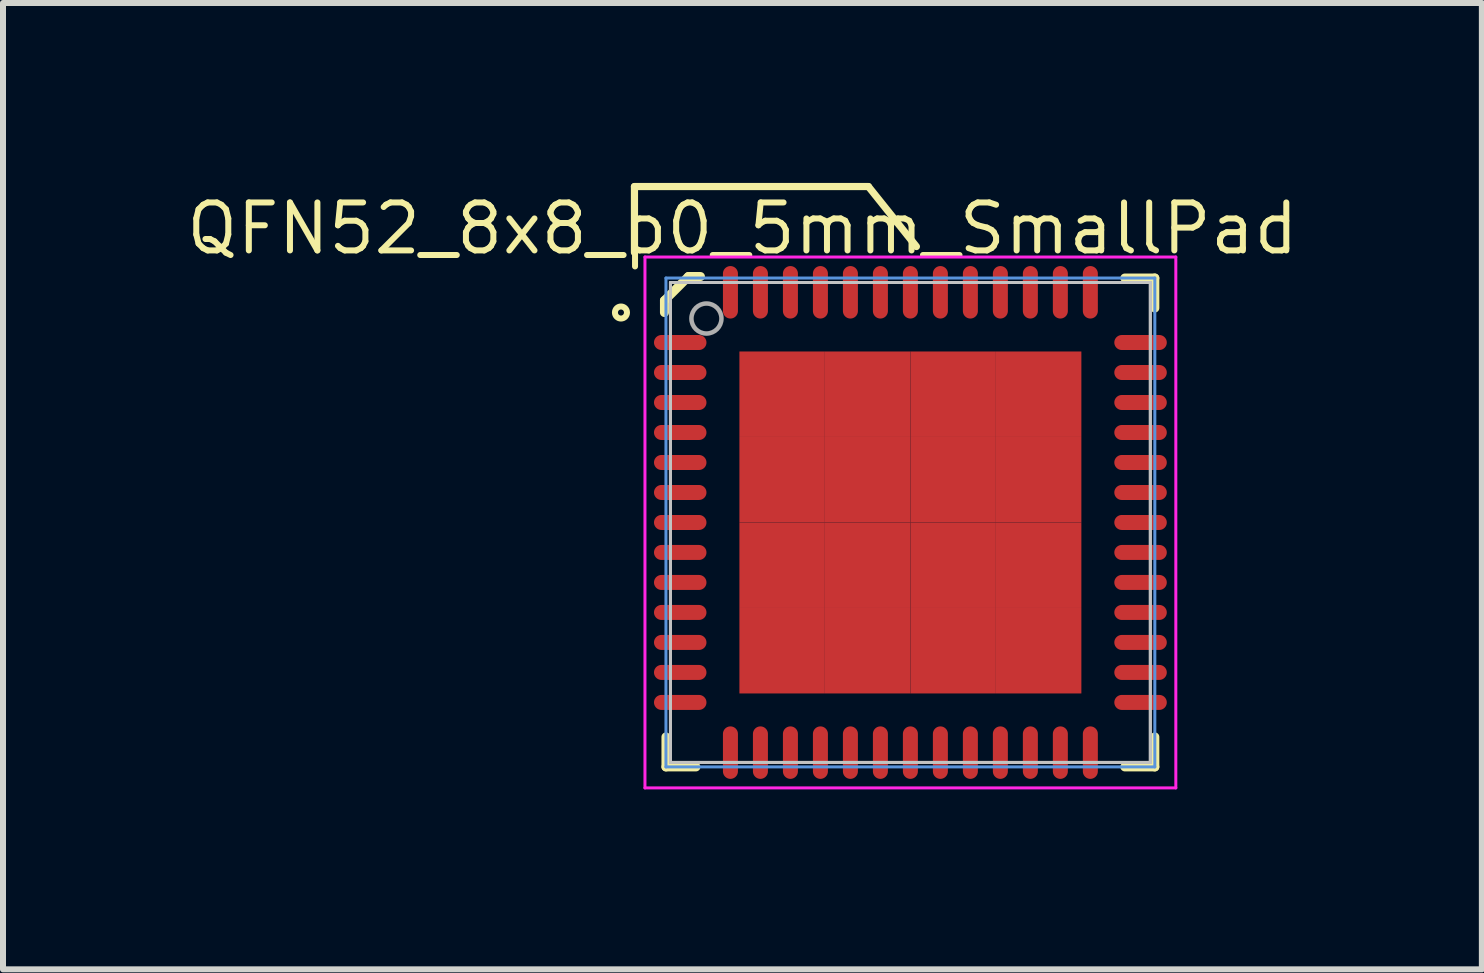
<source format=kicad_pcb>
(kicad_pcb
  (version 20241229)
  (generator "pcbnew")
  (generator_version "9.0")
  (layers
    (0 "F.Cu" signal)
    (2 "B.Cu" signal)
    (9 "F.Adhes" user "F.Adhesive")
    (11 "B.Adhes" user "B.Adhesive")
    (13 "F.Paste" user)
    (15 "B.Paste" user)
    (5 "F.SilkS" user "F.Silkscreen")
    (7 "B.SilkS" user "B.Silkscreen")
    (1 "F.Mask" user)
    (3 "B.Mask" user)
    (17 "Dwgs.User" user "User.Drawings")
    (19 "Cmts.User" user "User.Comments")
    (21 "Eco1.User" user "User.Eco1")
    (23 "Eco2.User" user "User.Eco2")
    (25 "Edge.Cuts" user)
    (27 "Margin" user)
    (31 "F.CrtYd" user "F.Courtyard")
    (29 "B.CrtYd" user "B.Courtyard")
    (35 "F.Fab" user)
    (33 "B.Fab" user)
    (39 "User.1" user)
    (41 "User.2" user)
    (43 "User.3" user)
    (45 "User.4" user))
  (footprint "QFN52_8x8_p0_5mm_SmallPad"
    (layer "F.Cu")
    (at 12.127 5.66)
    (property "Reference" "QFN52_8x8_p0_5mm_SmallPad" (at -2.8 -4.9 0) (layer "F.SilkS") (effects (font (size 0.8 0.8) (thickness 0.1))))
    (attr through_hole)
    (fp_line (start -4.6 -5.6) (end -4.6 -4.5) (stroke (width 0.12) (type solid)) (layer "F.SilkS"))
    (fp_line (start -4.6 -5.6) (end -0.7 -5.6) (stroke (width 0.12) (type solid)) (layer "F.SilkS"))
    (fp_line (start -4.1 -3.7) (end -4.1 -3.5) (stroke (width 0.15) (type solid)) (layer "F.SilkS"))
    (fp_line (start -4.1 -3.7) (end -3.7 -4.1) (stroke (width 0.15) (type solid)) (layer "F.SilkS"))
    (fp_line (start -4.075 4.075) (end -4.075 3.575) (stroke (width 0.15) (type solid)) (layer "F.SilkS"))
    (fp_line (start -4.075 4.075) (end -3.575 4.075) (stroke (width 0.15) (type solid)) (layer "F.SilkS"))
    (fp_line (start -3.5 -4.1) (end -3.7 -4.1) (stroke (width 0.15) (type solid)) (layer "F.SilkS"))
    (fp_line (start -0.7 -5.6) (end 0.1 -4.6) (stroke (width 0.12) (type solid)) (layer "F.SilkS"))
    (fp_line (start 4.075 -4.075) (end 3.575 -4.075) (stroke (width 0.15) (type solid)) (layer "F.SilkS"))
    (fp_line (start 4.075 -4.075) (end 4.075 -3.575) (stroke (width 0.15) (type solid)) (layer "F.SilkS"))
    (fp_line (start 4.075 4.075) (end 3.575 4.075) (stroke (width 0.15) (type solid)) (layer "F.SilkS"))
    (fp_line (start 4.075 4.075) (end 4.075 3.575) (stroke (width 0.15) (type solid)) (layer "F.SilkS"))
    (fp_circle (center -4.825 -3.5) (end -4.754 -3.429) (stroke (width 0.1) (type solid)) (fill no) (layer "F.SilkS"))
    (fp_line (start -4 -4) (end -4 4) (stroke (width 0.05) (type solid)) (layer "Dwgs.User"))
    (fp_line (start -4 -4) (end 4 -4) (stroke (width 0.05) (type solid)) (layer "Dwgs.User"))
    (fp_line (start -4 4) (end 4 4) (stroke (width 0.05) (type solid)) (layer "Dwgs.User"))
    (fp_line (start 4 -4) (end 4 4) (stroke (width 0.05) (type solid)) (layer "Dwgs.User"))
    (fp_line (start -4.075 -4.075) (end -4.075 4.075) (stroke (width 0.05) (type solid)) (layer "Cmts.User"))
    (fp_line (start -4.075 -4.075) (end 4.075 -4.075) (stroke (width 0.05) (type solid)) (layer "Cmts.User"))
    (fp_line (start -4.075 4.075) (end 4.075 4.075) (stroke (width 0.05) (type solid)) (layer "Cmts.User"))
    (fp_line (start 4.075 -4.075) (end 4.075 4.075) (stroke (width 0.05) (type solid)) (layer "Cmts.User"))
    (fp_line (start -3.925 -3.925) (end -3.925 3.925) (stroke (width 0.05) (type solid)) (layer "Eco1.User"))
    (fp_line (start -3.925 -3.925) (end 3.925 -3.925) (stroke (width 0.05) (type solid)) (layer "Eco1.User"))
    (fp_line (start -3.925 3.925) (end 3.925 3.925) (stroke (width 0.05) (type solid)) (layer "Eco1.User"))
    (fp_line (start 3.925 -3.925) (end 3.925 3.925) (stroke (width 0.05) (type solid)) (layer "Eco1.User"))
    (fp_line (start -4.425 -4.425) (end -4.425 4.425) (stroke (width 0.05) (type solid)) (layer "F.CrtYd"))
    (fp_line (start -4.425 -4.425) (end 4.425 -4.425) (stroke (width 0.05) (type solid)) (layer "F.CrtYd"))
    (fp_line (start -4.425 4.425) (end 4.425 4.425) (stroke (width 0.05) (type solid)) (layer "F.CrtYd"))
    (fp_line (start 4.425 -4.425) (end 4.425 4.425) (stroke (width 0.05) (type solid)) (layer "F.CrtYd"))
    (fp_line (start -4 -4) (end -4 4) (stroke (width 0.05) (type solid)) (layer "F.Fab"))
    (fp_line (start -4 -4) (end 4 -4) (stroke (width 0.05) (type solid)) (layer "F.Fab"))
    (fp_line (start -4 4) (end 4 4) (stroke (width 0.05) (type solid)) (layer "F.Fab"))
    (fp_line (start 4 -4) (end 4 4) (stroke (width 0.05) (type solid)) (layer "F.Fab"))
    (fp_circle (center -3.4 -3.4) (end -3.223 -3.223) (stroke (width 0.075) (type solid)) (fill no) (layer "F.Fab"))
    (pad "1" smd oval (at -3.837 -3 180) (size 0.875 0.25) (layers "F.Cu" "F.Mask" "F.Paste"))
    (pad "2" smd oval (at -3.837 -2.5 180) (size 0.875 0.25) (layers "F.Cu" "F.Mask" "F.Paste"))
    (pad "3" smd oval (at -3.837 -2 180) (size 0.875 0.25) (layers "F.Cu" "F.Mask" "F.Paste"))
    (pad "4" smd oval (at -3.837 -1.5 180) (size 0.875 0.25) (layers "F.Cu" "F.Mask" "F.Paste"))
    (pad "5" smd oval (at -3.837 -1 180) (size 0.875 0.25) (layers "F.Cu" "F.Mask" "F.Paste"))
    (pad "6" smd oval (at -3.837 -0.5 180) (size 0.875 0.25) (layers "F.Cu" "F.Mask" "F.Paste"))
    (pad "7" smd oval (at -3.837 0 180) (size 0.875 0.25) (layers "F.Cu" "F.Mask" "F.Paste"))
    (pad "8" smd oval (at -3.837 0.5 180) (size 0.875 0.25) (layers "F.Cu" "F.Mask" "F.Paste"))
    (pad "9" smd oval (at -3.837 1 180) (size 0.875 0.25) (layers "F.Cu" "F.Mask" "F.Paste"))
    (pad "10" smd oval (at -3.837 1.5 180) (size 0.875 0.25) (layers "F.Cu" "F.Mask" "F.Paste"))
    (pad "11" smd oval (at -3.837 2 180) (size 0.875 0.25) (layers "F.Cu" "F.Mask" "F.Paste"))
    (pad "12" smd oval (at -3.837 2.5 180) (size 0.875 0.25) (layers "F.Cu" "F.Mask" "F.Paste"))
    (pad "13" smd oval (at -3.837 3 180) (size 0.875 0.25) (layers "F.Cu" "F.Mask" "F.Paste"))
    (pad "14" smd oval (at -3 3.837 270) (size 0.875 0.25) (layers "F.Cu" "F.Mask" "F.Paste"))
    (pad "15" smd oval (at -2.5 3.837 270) (size 0.875 0.25) (layers "F.Cu" "F.Mask" "F.Paste"))
    (pad "16" smd oval (at -2 3.837 270) (size 0.875 0.25) (layers "F.Cu" "F.Mask" "F.Paste"))
    (pad "17" smd oval (at -1.5 3.837 270) (size 0.875 0.25) (layers "F.Cu" "F.Mask" "F.Paste"))
    (pad "18" smd oval (at -1 3.837 270) (size 0.875 0.25) (layers "F.Cu" "F.Mask" "F.Paste"))
    (pad "19" smd oval (at -0.5 3.837 270) (size 0.875 0.25) (layers "F.Cu" "F.Mask" "F.Paste"))
    (pad "20" smd oval (at 0 3.837 270) (size 0.875 0.25) (layers "F.Cu" "F.Mask" "F.Paste"))
    (pad "21" smd oval (at 0.5 3.837 270) (size 0.875 0.25) (layers "F.Cu" "F.Mask" "F.Paste"))
    (pad "22" smd oval (at 1 3.837 270) (size 0.875 0.25) (layers "F.Cu" "F.Mask" "F.Paste"))
    (pad "23" smd oval (at 1.5 3.837 270) (size 0.875 0.25) (layers "F.Cu" "F.Mask" "F.Paste"))
    (pad "24" smd oval (at 2 3.837 270) (size 0.875 0.25) (layers "F.Cu" "F.Mask" "F.Paste"))
    (pad "25" smd oval (at 2.5 3.837 270) (size 0.875 0.25) (layers "F.Cu" "F.Mask" "F.Paste"))
    (pad "26" smd oval (at 3 3.837 270) (size 0.875 0.25) (layers "F.Cu" "F.Mask" "F.Paste"))
    (pad "27" smd oval (at 3.837 3) (size 0.875 0.25) (layers "F.Cu" "F.Mask" "F.Paste"))
    (pad "28" smd oval (at 3.837 2.5) (size 0.875 0.25) (layers "F.Cu" "F.Mask" "F.Paste"))
    (pad "29" smd oval (at 3.837 2) (size 0.875 0.25) (layers "F.Cu" "F.Mask" "F.Paste"))
    (pad "30" smd oval (at 3.837 1.5) (size 0.875 0.25) (layers "F.Cu" "F.Mask" "F.Paste"))
    (pad "31" smd oval (at 3.837 1) (size 0.875 0.25) (layers "F.Cu" "F.Mask" "F.Paste"))
    (pad "32" smd oval (at 3.837 0.5) (size 0.875 0.25) (layers "F.Cu" "F.Mask" "F.Paste"))
    (pad "33" smd oval (at 3.837 0) (size 0.875 0.25) (layers "F.Cu" "F.Mask" "F.Paste"))
    (pad "34" smd oval (at 3.837 -0.5) (size 0.875 0.25) (layers "F.Cu" "F.Mask" "F.Paste"))
    (pad "35" smd oval (at 3.837 -1) (size 0.875 0.25) (layers "F.Cu" "F.Mask" "F.Paste"))
    (pad "36" smd oval (at 3.837 -1.5) (size 0.875 0.25) (layers "F.Cu" "F.Mask" "F.Paste"))
    (pad "37" smd oval (at 3.837 -2) (size 0.875 0.25) (layers "F.Cu" "F.Mask" "F.Paste"))
    (pad "38" smd oval (at 3.837 -2.5) (size 0.875 0.25) (layers "F.Cu" "F.Mask" "F.Paste"))
    (pad "39" smd oval (at 3.837 -3) (size 0.875 0.25) (layers "F.Cu" "F.Mask" "F.Paste"))
    (pad "40" smd oval (at 3 -3.837 90) (size 0.875 0.25) (layers "F.Cu" "F.Mask" "F.Paste"))
    (pad "41" smd oval (at 2.5 -3.837 90) (size 0.875 0.25) (layers "F.Cu" "F.Mask" "F.Paste"))
    (pad "42" smd oval (at 2 -3.837 90) (size 0.875 0.25) (layers "F.Cu" "F.Mask" "F.Paste"))
    (pad "43" smd oval (at 1.5 -3.837 90) (size 0.875 0.25) (layers "F.Cu" "F.Mask" "F.Paste"))
    (pad "44" smd oval (at 1 -3.837 90) (size 0.875 0.25) (layers "F.Cu" "F.Mask" "F.Paste"))
    (pad "45" smd oval (at 0.5 -3.837 90) (size 0.875 0.25) (layers "F.Cu" "F.Mask" "F.Paste"))
    (pad "46" smd oval (at 0 -3.837 90) (size 0.875 0.25) (layers "F.Cu" "F.Mask" "F.Paste"))
    (pad "47" smd oval (at -0.5 -3.837 90) (size 0.875 0.25) (layers "F.Cu" "F.Mask" "F.Paste"))
    (pad "48" smd oval (at -1 -3.837 90) (size 0.875 0.25) (layers "F.Cu" "F.Mask" "F.Paste"))
    (pad "49" smd oval (at -1.5 -3.837 90) (size 0.875 0.25) (layers "F.Cu" "F.Mask" "F.Paste"))
    (pad "50" smd oval (at -2 -3.837 90) (size 0.875 0.25) (layers "F.Cu" "F.Mask" "F.Paste"))
    (pad "51" smd oval (at -2.5 -3.837 90) (size 0.875 0.25) (layers "F.Cu" "F.Mask" "F.Paste"))
    (pad "52" smd oval (at -3 -3.837 90) (size 0.875 0.25) (layers "F.Cu" "F.Mask" "F.Paste"))
    (pad "53" smd rect (at -2.138 -2.138) (size 1.425 1.425) (layers "F.Cu" "F.Mask" "F.Paste"))
    (pad "53" smd rect (at -2.138 -0.713) (size 1.425 1.425) (layers "F.Cu" "F.Mask" "F.Paste"))
    (pad "53" smd rect (at -2.138 0.713) (size 1.425 1.425) (layers "F.Cu" "F.Mask" "F.Paste"))
    (pad "53" smd rect (at -2.138 2.138) (size 1.425 1.425) (layers "F.Cu" "F.Mask" "F.Paste"))
    (pad "53" smd rect (at -0.713 -2.138) (size 1.425 1.425) (layers "F.Cu" "F.Mask" "F.Paste"))
    (pad "53" smd rect (at -0.713 -0.713) (size 1.425 1.425) (layers "F.Cu" "F.Mask" "F.Paste"))
    (pad "53" smd rect (at -0.713 0.713) (size 1.425 1.425) (layers "F.Cu" "F.Mask" "F.Paste"))
    (pad "53" smd rect (at -0.713 2.138) (size 1.425 1.425) (layers "F.Cu" "F.Mask" "F.Paste"))
    (pad "53" smd rect (at 0.713 -2.138) (size 1.425 1.425) (layers "F.Cu" "F.Mask" "F.Paste"))
    (pad "53" smd rect (at 0.713 -0.713) (size 1.425 1.425) (layers "F.Cu" "F.Mask" "F.Paste"))
    (pad "53" smd rect (at 0.713 0.713) (size 1.425 1.425) (layers "F.Cu" "F.Mask" "F.Paste"))
    (pad "53" smd rect (at 0.713 2.138) (size 1.425 1.425) (layers "F.Cu" "F.Mask" "F.Paste"))
    (pad "53" smd rect (at 2.138 -2.138) (size 1.425 1.425) (layers "F.Cu" "F.Mask" "F.Paste"))
    (pad "53" smd rect (at 2.138 -0.713) (size 1.425 1.425) (layers "F.Cu" "F.Mask" "F.Paste"))
    (pad "53" smd rect (at 2.138 0.713) (size 1.425 1.425) (layers "F.Cu" "F.Mask" "F.Paste"))
    (pad "53" smd rect (at 2.138 2.138) (size 1.425 1.425) (layers "F.Cu" "F.Mask" "F.Paste")))
  (gr_rect
    (start -3 -3)
    (end 21.654 13.11)
    (stroke (width 0.1) (type default))
    (fill no)
    (layer "Edge.Cuts")))
</source>
